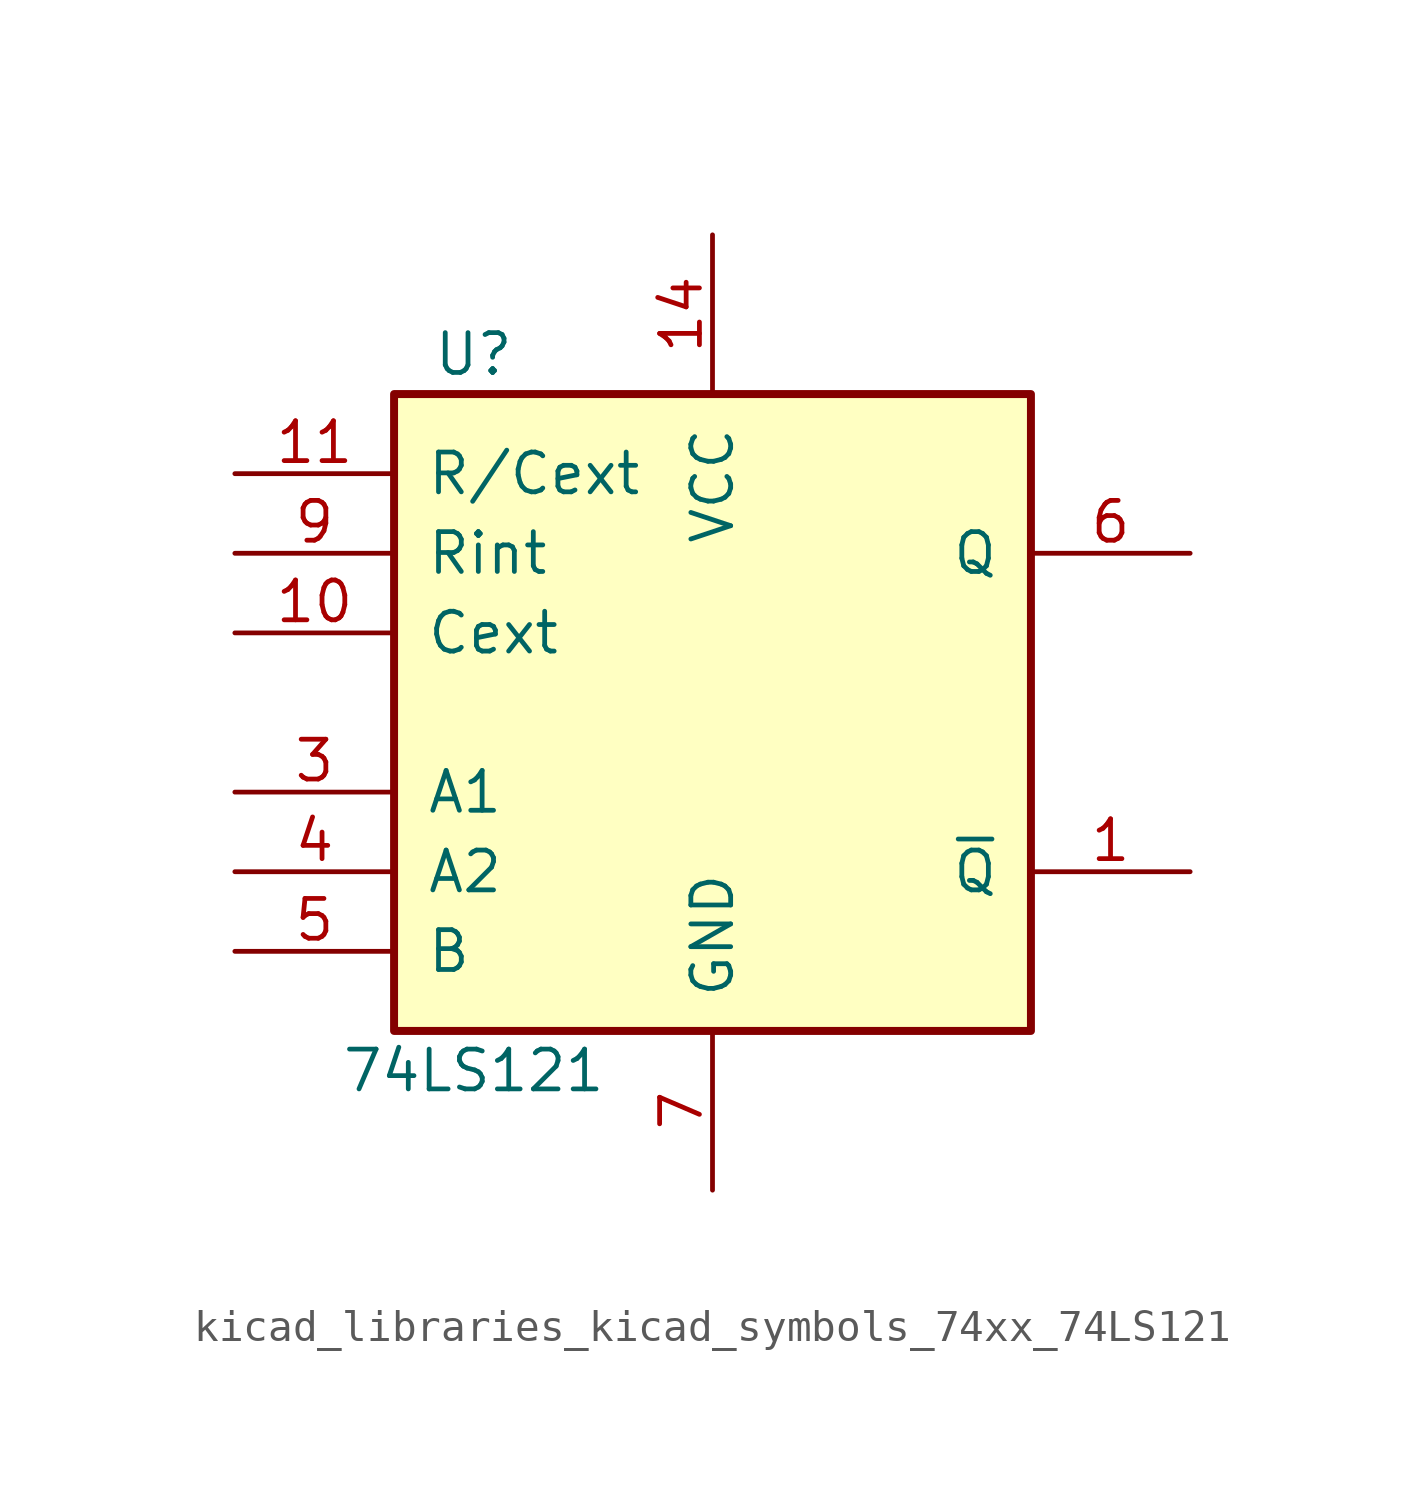
<source format=kicad_sym>
(kicad_symbol_lib
  (version 20220914)
  (generator kicad_symbol_editor)
  (symbol "kicad_libraries_kicad_symbols_74xx_74LS121"
    (pin_names
      (offset 1.016))
    (property "Reference" "U"
      (at -7.62 11.43 0)
      (effects (font (size 1.27 1.27))))
    (property "Value" "74LS121"
      (at -7.62 -11.43 0)
      (effects (font (size 1.27 1.27))))
    (property "ki_locked" ""
      (at 0 0 0)
      (effects (font (size 1.27 1.27))))
    (symbol "kicad_libraries_kicad_symbols_74xx_74LS121_1_0"
      (pin output line (at 15.24 -5.08 180) (length 5.08) (name "~{Q}" (effects (font (size 1.27 1.27)))) (number "1" (effects (font (size 1.27 1.27)))))
      (pin input line (at -15.24 2.54 0) (length 5.08) (name "Cext" (effects (font (size 1.27 1.27)))) (number "10" (effects (font (size 1.27 1.27)))))
      (pin input line (at -15.24 7.62 0) (length 5.08) (name "R/Cext" (effects (font (size 1.27 1.27)))) (number "11" (effects (font (size 1.27 1.27)))))
      (pin power_in line (at 0 15.24 270) (length 5.08) (name "VCC" (effects (font (size 1.27 1.27)))) (number "14" (effects (font (size 1.27 1.27)))))
      (pin input line (at -15.24 -2.54 0) (length 5.08) (name "A1" (effects (font (size 1.27 1.27)))) (number "3" (effects (font (size 1.27 1.27)))))
      (pin input line (at -15.24 -5.08 0) (length 5.08) (name "A2" (effects (font (size 1.27 1.27)))) (number "4" (effects (font (size 1.27 1.27)))))
      (pin input line (at -15.24 -7.62 0) (length 5.08) (name "B" (effects (font (size 1.27 1.27)))) (number "5" (effects (font (size 1.27 1.27)))))
      (pin output line (at 15.24 5.08 180) (length 5.08) (name "Q" (effects (font (size 1.27 1.27)))) (number "6" (effects (font (size 1.27 1.27)))))
      (pin power_in line (at 0 -15.24 90) (length 5.08) (name "GND" (effects (font (size 1.27 1.27)))) (number "7" (effects (font (size 1.27 1.27)))))
      (pin input line (at -15.24 5.08 0) (length 5.08) (name "Rint" (effects (font (size 1.27 1.27)))) (number "9" (effects (font (size 1.27 1.27))))))
    (symbol "kicad_libraries_kicad_symbols_74xx_74LS121_1_1"
      (rectangle (start -10.16 10.16) (end 10.16 -10.16) (stroke (width 0.254) (type default)) (fill (type background))))))
</source>
